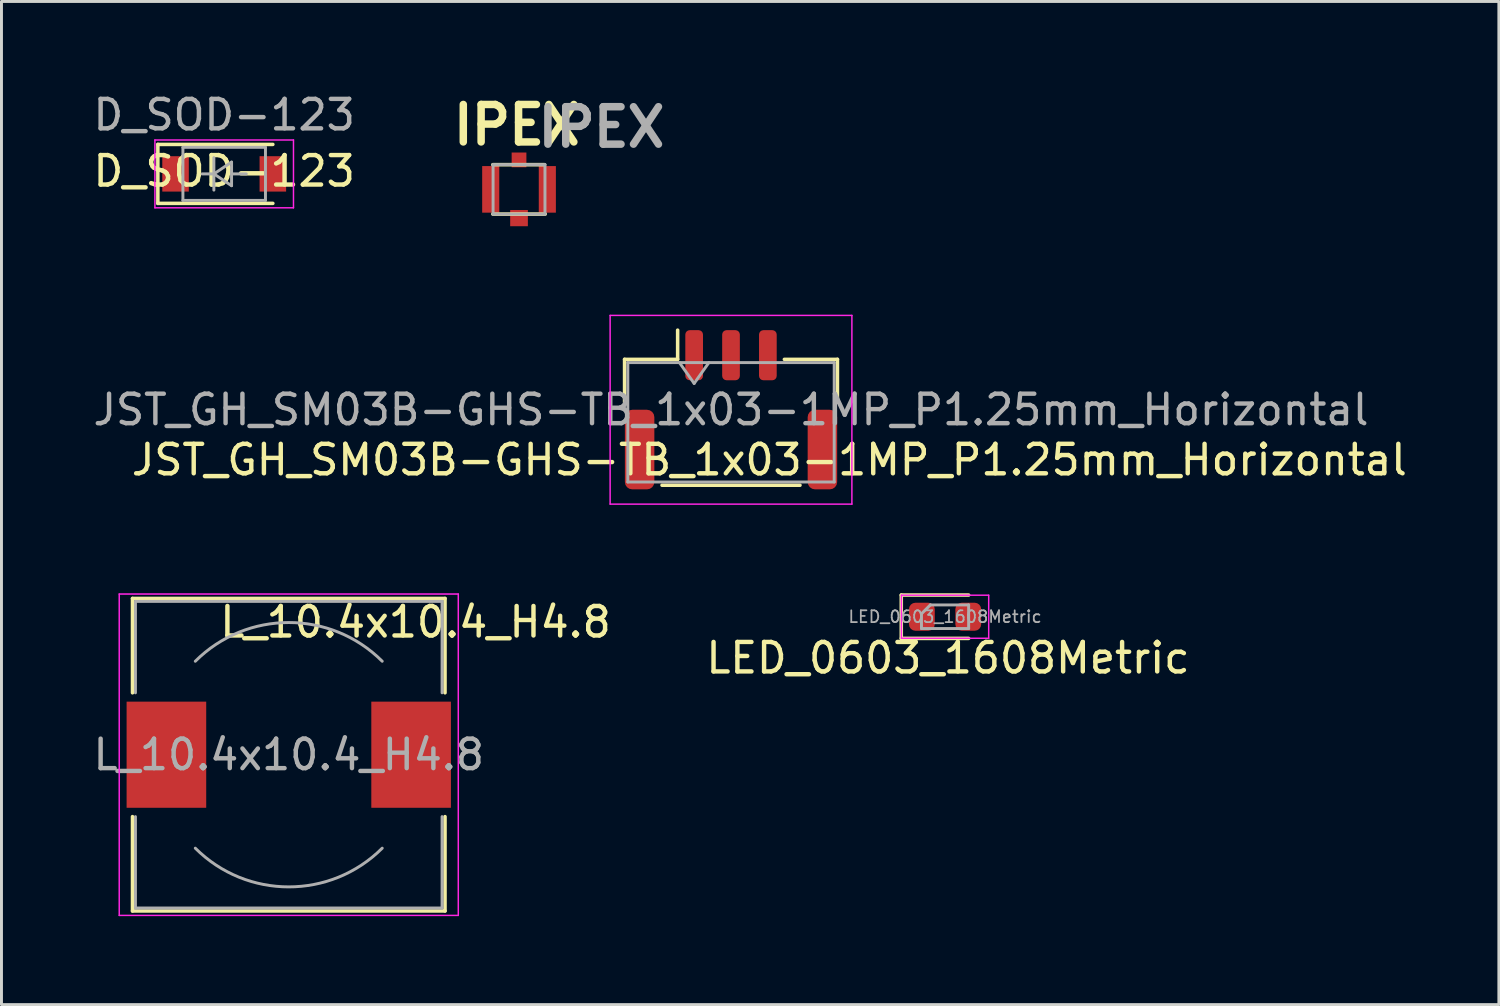
<source format=kicad_pcb>
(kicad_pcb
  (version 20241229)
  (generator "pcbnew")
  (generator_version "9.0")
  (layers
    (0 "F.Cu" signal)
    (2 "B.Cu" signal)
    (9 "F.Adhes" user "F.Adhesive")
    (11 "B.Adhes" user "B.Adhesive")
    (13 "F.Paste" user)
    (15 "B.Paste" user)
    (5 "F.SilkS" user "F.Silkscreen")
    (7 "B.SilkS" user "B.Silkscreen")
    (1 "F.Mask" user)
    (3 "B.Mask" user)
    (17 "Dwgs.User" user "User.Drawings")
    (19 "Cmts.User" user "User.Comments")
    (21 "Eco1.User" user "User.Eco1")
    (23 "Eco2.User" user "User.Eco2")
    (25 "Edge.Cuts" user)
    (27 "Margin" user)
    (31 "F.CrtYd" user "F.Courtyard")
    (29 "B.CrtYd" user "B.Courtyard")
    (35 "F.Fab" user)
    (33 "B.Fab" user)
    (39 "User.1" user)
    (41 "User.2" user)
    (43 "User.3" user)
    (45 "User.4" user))
  (footprint "JST_GH_SM03B-GHS-TB_1x03-1MP_P1.25mm_Horizontal"
    (layer "F.Cu")
    (at 21.744 10.848)
    (property "Reference" "JST_GH_SM03B-GHS-TB_1x03-1MP_P1.25mm_Horizontal" (at 1.3 1.7 0) (layer "F.SilkS") (effects (font (size 1 1) (thickness 0.15))))
    (attr smd)
    (fp_line (start -3.61 -1.71) (end -1.81 -1.71) (stroke (width 0.12) (type solid)) (layer "F.SilkS"))
    (fp_line (start -3.61 -0.26) (end -3.61 -1.71) (stroke (width 0.12) (type solid)) (layer "F.SilkS"))
    (fp_line (start -2.34 2.56) (end 2.34 2.56) (stroke (width 0.12) (type solid)) (layer "F.SilkS"))
    (fp_line (start -1.81 -1.71) (end -1.81 -2.7) (stroke (width 0.12) (type solid)) (layer "F.SilkS"))
    (fp_line (start 3.61 -1.71) (end 1.81 -1.71) (stroke (width 0.12) (type solid)) (layer "F.SilkS"))
    (fp_line (start 3.61 -0.26) (end 3.61 -1.71) (stroke (width 0.12) (type solid)) (layer "F.SilkS"))
    (fp_line (start -4.1 -3.2) (end -4.1 3.2) (stroke (width 0.05) (type solid)) (layer "F.CrtYd"))
    (fp_line (start -4.1 3.2) (end 4.1 3.2) (stroke (width 0.05) (type solid)) (layer "F.CrtYd"))
    (fp_line (start 4.1 -3.2) (end -4.1 -3.2) (stroke (width 0.05) (type solid)) (layer "F.CrtYd"))
    (fp_line (start 4.1 3.2) (end 4.1 -3.2) (stroke (width 0.05) (type solid)) (layer "F.CrtYd"))
    (fp_line (start -3.5 -1.6) (end -3.5 2.45) (stroke (width 0.1) (type solid)) (layer "F.Fab"))
    (fp_line (start -3.5 -1.6) (end 3.5 -1.6) (stroke (width 0.1) (type solid)) (layer "F.Fab"))
    (fp_line (start -3.5 2.45) (end 3.5 2.45) (stroke (width 0.1) (type solid)) (layer "F.Fab"))
    (fp_line (start -1.75 -1.6) (end -1.25 -0.893) (stroke (width 0.1) (type solid)) (layer "F.Fab"))
    (fp_line (start -1.25 -0.893) (end -0.75 -1.6) (stroke (width 0.1) (type solid)) (layer "F.Fab"))
    (fp_line (start 3.5 -1.6) (end 3.5 2.45) (stroke (width 0.1) (type solid)) (layer "F.Fab"))
    (fp_text user "${REFERENCE}" (at 0 0 0) (layer "F.Fab") (effects (font (size 1 1) (thickness 0.15))))
    (pad "1" smd roundrect (at -1.25 -1.85 180) (size 0.6 1.7) (layers "F.Cu" "F.Mask" "F.Paste") (roundrect_rratio 0.25))
    (pad "2" smd roundrect (at 0 -1.85 180) (size 0.6 1.7) (layers "F.Cu" "F.Mask" "F.Paste") (roundrect_rratio 0.25))
    (pad "3" smd roundrect (at 1.25 -1.85 180) (size 0.6 1.7) (layers "F.Cu" "F.Mask" "F.Paste") (roundrect_rratio 0.25))
    (pad "MP" smd roundrect (at -3.1 1.35 180) (size 1 2.7) (layers "F.Cu" "F.Mask" "F.Paste") (roundrect_rratio 0.25))
    (pad "MP" smd roundrect (at 3.1 1.35 180) (size 1 2.7) (layers "F.Cu" "F.Mask" "F.Paste") (roundrect_rratio 0.25)))
  (footprint "D_SOD-123"
    (layer "F.Cu")
    (at 4.554 2.848)
    (property "Reference" "D_SOD-123" (at 0 -0.094 180) (layer "F.SilkS") (effects (font (size 1 1) (thickness 0.15))))
    (attr smd)
    (fp_line (start -2.25 -1) (end -2.25 1) (stroke (width 0.12) (type solid)) (layer "F.SilkS"))
    (fp_line (start -2.25 -1) (end 1.65 -1) (stroke (width 0.12) (type solid)) (layer "F.SilkS"))
    (fp_line (start -2.25 1) (end 1.65 1) (stroke (width 0.12) (type solid)) (layer "F.SilkS"))
    (fp_line (start -2.35 -1.15) (end -2.35 1.15) (stroke (width 0.05) (type solid)) (layer "F.CrtYd"))
    (fp_line (start -2.35 -1.15) (end 2.35 -1.15) (stroke (width 0.05) (type solid)) (layer "F.CrtYd"))
    (fp_line (start 2.35 -1.15) (end 2.35 1.15) (stroke (width 0.05) (type solid)) (layer "F.CrtYd"))
    (fp_line (start 2.35 1.15) (end -2.35 1.15) (stroke (width 0.05) (type solid)) (layer "F.CrtYd"))
    (fp_line (start -1.4 -0.9) (end 1.4 -0.9) (stroke (width 0.1) (type solid)) (layer "F.Fab"))
    (fp_line (start -1.4 0.9) (end -1.4 -0.9) (stroke (width 0.1) (type solid)) (layer "F.Fab"))
    (fp_line (start -0.75 0) (end -0.35 0) (stroke (width 0.1) (type solid)) (layer "F.Fab"))
    (fp_line (start -0.35 0) (end -0.35 -0.55) (stroke (width 0.1) (type solid)) (layer "F.Fab"))
    (fp_line (start -0.35 0) (end -0.35 0.55) (stroke (width 0.1) (type solid)) (layer "F.Fab"))
    (fp_line (start -0.35 0) (end 0.25 -0.4) (stroke (width 0.1) (type solid)) (layer "F.Fab"))
    (fp_line (start 0.25 -0.4) (end 0.25 0.4) (stroke (width 0.1) (type solid)) (layer "F.Fab"))
    (fp_line (start 0.25 0) (end 0.75 0) (stroke (width 0.1) (type solid)) (layer "F.Fab"))
    (fp_line (start 0.25 0.4) (end -0.35 0) (stroke (width 0.1) (type solid)) (layer "F.Fab"))
    (fp_line (start 1.4 -0.9) (end 1.4 0.9) (stroke (width 0.1) (type solid)) (layer "F.Fab"))
    (fp_line (start 1.4 0.9) (end -1.4 0.9) (stroke (width 0.1) (type solid)) (layer "F.Fab"))
    (fp_text user "${REFERENCE}" (at 0 -2 180) (layer "F.Fab") (effects (font (size 1 1) (thickness 0.15))))
    (pad "1" smd rect (at -1.65 0) (size 0.9 1.2) (layers "F.Cu" "F.Mask" "F.Paste"))
    (pad "2" smd rect (at 1.65 0) (size 0.9 1.2) (layers "F.Cu" "F.Mask" "F.Paste")))
  (footprint "IPEX"
    (layer "F.Cu")
    (at 14.554 3.373)
    (property "Reference" "IPEX" (at -0.076 -2.184 0) (layer "F.SilkS") (effects (font (size 1.27 1.27) (thickness 0.254))))
    (attr smd)
    (fp_line (start -0.889 -0.838) (end 0.864 -0.838) (stroke (width 0.12) (type solid)) (layer "F.SilkS"))
    (fp_line (start -0.889 0.838) (end 0.889 0.838) (stroke (width 0.12) (type solid)) (layer "F.SilkS"))
    (fp_line (start -0.88 -0.84) (end 0.88 -0.84) (stroke (width 0.1) (type solid)) (layer "F.Fab"))
    (fp_line (start -0.88 0.84) (end -0.88 -0.84) (stroke (width 0.1) (type solid)) (layer "F.Fab"))
    (fp_line (start 0.88 -0.84) (end 0.88 0.84) (stroke (width 0.1) (type solid)) (layer "F.Fab"))
    (fp_line (start 0.88 0.84) (end -0.88 0.84) (stroke (width 0.1) (type solid)) (layer "F.Fab"))
    (fp_text user "${REFERENCE}" (at 2.794 -2.108 0) (layer "F.Fab") (effects (font (size 1.27 1.27) (thickness 0.254))))
    (pad "1" smd rect (at -0.96 0) (size 0.58 1.58) (layers "F.Cu" "F.Mask" "F.Paste"))
    (pad "2" smd rect (at 0.96 0) (size 0.58 1.58) (layers "F.Cu" "F.Mask" "F.Paste"))
    (pad "3" smd rect (at 0 -1) (size 0.5 0.5) (layers "F.Cu" "F.Mask" "F.Paste"))
    (pad "4" smd rect (at 0 0.975 90) (size 0.55 0.6) (layers "F.Cu" "F.Mask" "F.Paste")))
  (footprint "L_10.4x10.4_H4.8"
    (layer "F.Cu")
    (at 6.744 22.548)
    (property "Reference" "L_10.4x10.4_H4.8" (at 4.3 -4.5 0) (layer "F.SilkS") (effects (font (size 1 1) (thickness 0.15))))
    (attr smd)
    (fp_line (start -5.3 -5.3) (end 5.3 -5.3) (stroke (width 0.12) (type solid)) (layer "F.SilkS"))
    (fp_line (start -5.3 -2.1) (end -5.3 -5.3) (stroke (width 0.12) (type solid)) (layer "F.SilkS"))
    (fp_line (start -5.3 5.3) (end -5.3 2.1) (stroke (width 0.12) (type solid)) (layer "F.SilkS"))
    (fp_line (start 5.3 -5.3) (end 5.3 -2.1) (stroke (width 0.12) (type solid)) (layer "F.SilkS"))
    (fp_line (start 5.3 2.1) (end 5.3 5.3) (stroke (width 0.12) (type solid)) (layer "F.SilkS"))
    (fp_line (start 5.3 5.3) (end -5.3 5.3) (stroke (width 0.12) (type solid)) (layer "F.SilkS"))
    (fp_line (start -5.75 -5.45) (end -5.75 5.45) (stroke (width 0.05) (type solid)) (layer "F.CrtYd"))
    (fp_line (start -5.75 5.45) (end 5.75 5.45) (stroke (width 0.05) (type solid)) (layer "F.CrtYd"))
    (fp_line (start 5.75 -5.45) (end -5.75 -5.45) (stroke (width 0.05) (type solid)) (layer "F.CrtYd"))
    (fp_line (start 5.75 5.45) (end 5.75 -5.45) (stroke (width 0.05) (type solid)) (layer "F.CrtYd"))
    (fp_line (start -5.2 -5.2) (end -5.2 -2.1) (stroke (width 0.1) (type solid)) (layer "F.Fab"))
    (fp_line (start -5.2 -5.2) (end 5.2 -5.2) (stroke (width 0.1) (type solid)) (layer "F.Fab"))
    (fp_line (start -5.2 5.2) (end -5.2 2.1) (stroke (width 0.1) (type solid)) (layer "F.Fab"))
    (fp_line (start -5.2 5.2) (end 5.2 5.2) (stroke (width 0.1) (type solid)) (layer "F.Fab"))
    (fp_line (start 5.2 -5.2) (end 5.2 -2.1) (stroke (width 0.1) (type solid)) (layer "F.Fab"))
    (fp_line (start 5.2 5.2) (end 5.2 2.1) (stroke (width 0.1) (type solid)) (layer "F.Fab"))
    (fp_arc (start -3.17 -3.17) (mid 0 -4.483057) (end 3.17 -3.17) (stroke (width 0.1) (type solid)) (layer "F.Fab"))
    (fp_arc (start 3.17 3.17) (mid 0 4.483057) (end -3.17 3.17) (stroke (width 0.1) (type solid)) (layer "F.Fab"))
    (fp_text user "${REFERENCE}" (at 0 0 0) (layer "F.Fab") (effects (font (size 1 1) (thickness 0.15))))
    (pad "1" smd rect (at -4.15 0 180) (size 2.7 3.6) (layers "F.Cu" "F.Mask" "F.Paste"))
    (pad "2" smd rect (at 4.15 0 180) (size 2.7 3.6) (layers "F.Cu" "F.Mask" "F.Paste")))
  (footprint "LED_0603_1608Metric"
    (layer "F.Cu")
    (at 29.004 17.868)
    (property "Reference" "LED_0603_1608Metric" (at 0.1 1.4 180) (layer "F.SilkS") (effects (font (size 1 1) (thickness 0.15))))
    (attr smd)
    (fp_line (start -1.485 -0.735) (end -1.485 0.735) (stroke (width 0.12) (type solid)) (layer "F.SilkS"))
    (fp_line (start -1.485 0.735) (end 0.8 0.735) (stroke (width 0.12) (type solid)) (layer "F.SilkS"))
    (fp_line (start 0.8 -0.735) (end -1.485 -0.735) (stroke (width 0.12) (type solid)) (layer "F.SilkS"))
    (fp_line (start -1.48 -0.73) (end 1.48 -0.73) (stroke (width 0.05) (type solid)) (layer "F.CrtYd"))
    (fp_line (start -1.48 0.73) (end -1.48 -0.73) (stroke (width 0.05) (type solid)) (layer "F.CrtYd"))
    (fp_line (start 1.48 -0.73) (end 1.48 0.73) (stroke (width 0.05) (type solid)) (layer "F.CrtYd"))
    (fp_line (start 1.48 0.73) (end -1.48 0.73) (stroke (width 0.05) (type solid)) (layer "F.CrtYd"))
    (fp_line (start -0.8 -0.1) (end -0.8 0.4) (stroke (width 0.1) (type solid)) (layer "F.Fab"))
    (fp_line (start -0.8 0.4) (end 0.8 0.4) (stroke (width 0.1) (type solid)) (layer "F.Fab"))
    (fp_line (start -0.5 -0.4) (end -0.8 -0.1) (stroke (width 0.1) (type solid)) (layer "F.Fab"))
    (fp_line (start 0.8 -0.4) (end -0.5 -0.4) (stroke (width 0.1) (type solid)) (layer "F.Fab"))
    (fp_line (start 0.8 0.4) (end 0.8 -0.4) (stroke (width 0.1) (type solid)) (layer "F.Fab"))
    (fp_text user "${REFERENCE}" (at 0 0 180) (layer "F.Fab") (effects (font (size 0.4 0.4) (thickness 0.06))))
    (pad "1" smd roundrect (at -0.787 0) (size 0.875 0.95) (layers "F.Cu" "F.Mask" "F.Paste") (roundrect_rratio 0.25))
    (pad "2" smd roundrect (at 0.787 0) (size 0.875 0.95) (layers "F.Cu" "F.Mask" "F.Paste") (roundrect_rratio 0.25)))
  (gr_rect
    (start -3 -3)
    (end 47.788 31.023)
    (stroke (width 0.1) (type default))
    (fill no)
    (layer "Edge.Cuts")))
</source>
